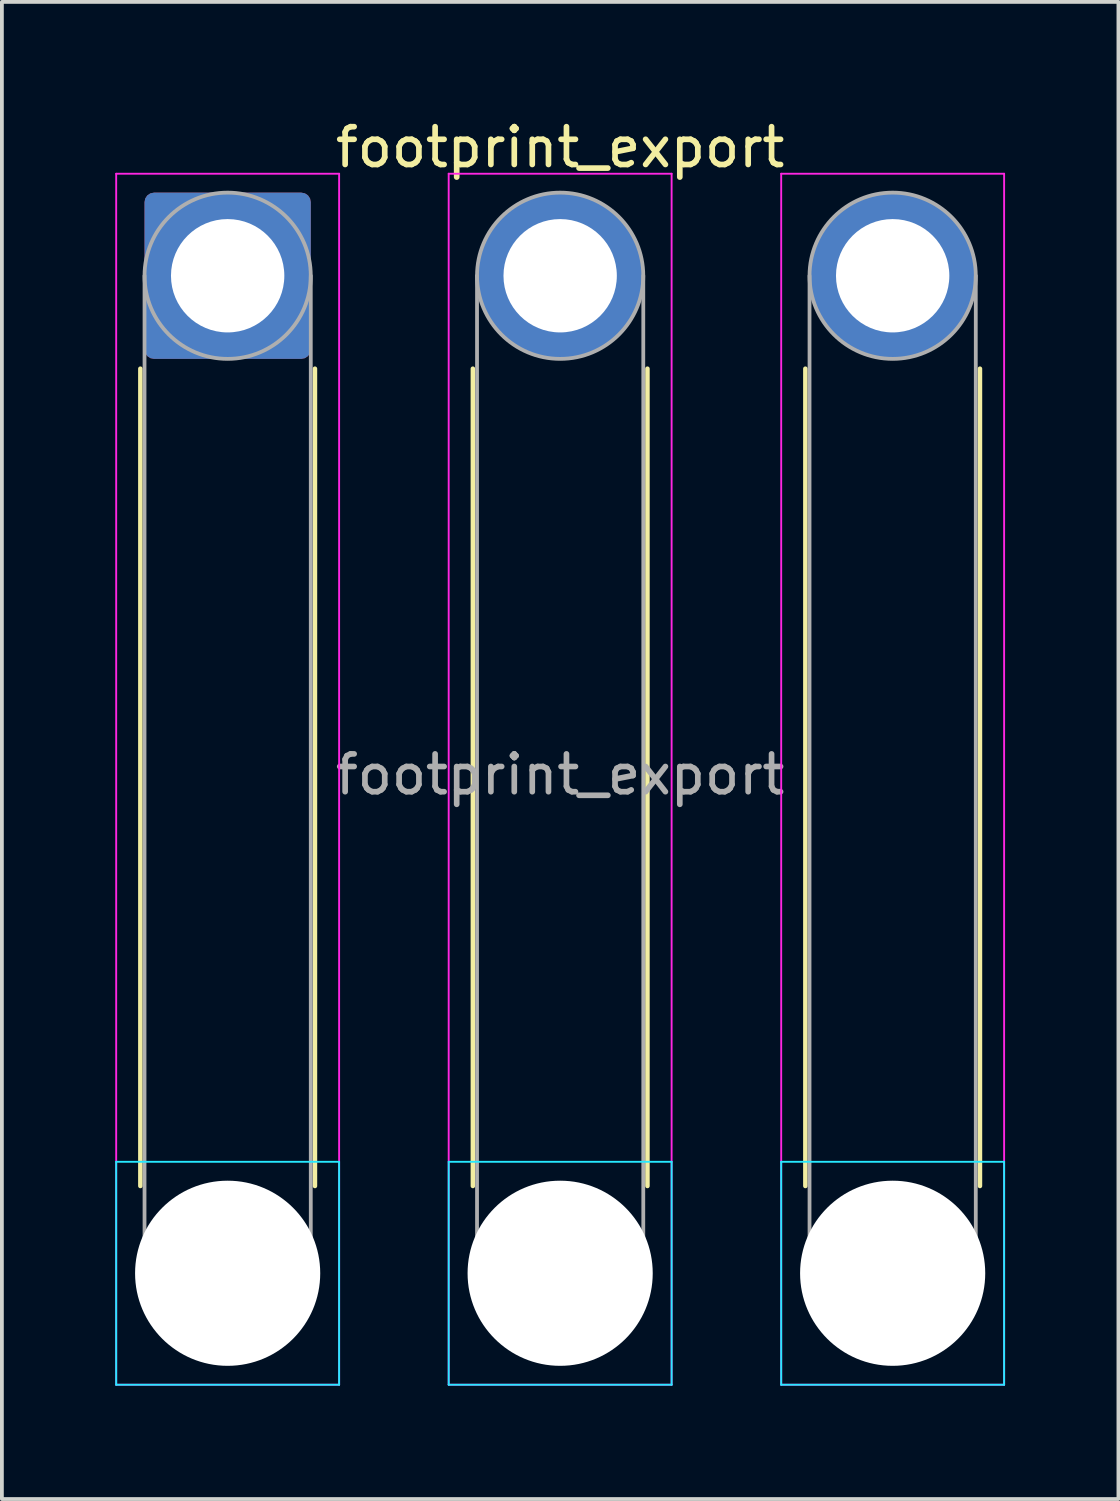
<source format=kicad_pcb>
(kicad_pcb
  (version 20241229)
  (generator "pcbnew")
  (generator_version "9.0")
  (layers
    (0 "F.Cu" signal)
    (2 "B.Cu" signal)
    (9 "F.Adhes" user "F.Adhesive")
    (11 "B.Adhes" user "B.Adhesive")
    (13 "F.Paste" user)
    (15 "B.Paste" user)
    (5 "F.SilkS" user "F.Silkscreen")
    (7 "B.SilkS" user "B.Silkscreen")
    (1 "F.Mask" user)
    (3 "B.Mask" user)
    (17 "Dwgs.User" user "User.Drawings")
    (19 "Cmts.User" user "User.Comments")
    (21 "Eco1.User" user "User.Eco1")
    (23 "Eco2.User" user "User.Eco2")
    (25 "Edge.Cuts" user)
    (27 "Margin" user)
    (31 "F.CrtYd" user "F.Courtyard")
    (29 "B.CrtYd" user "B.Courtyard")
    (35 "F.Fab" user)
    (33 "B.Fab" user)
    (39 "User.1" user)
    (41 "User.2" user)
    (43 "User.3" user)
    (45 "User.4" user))
  (footprint "footprint_export"
    (layer "F.Cu")
    (at 2.975 4.248)
    (property "Reference" "footprint_export" (at 8.8 -3.4 0) (layer "F.SilkS") (effects (font (size 1 1) (thickness 0.15))))
    (attr exclude_from_pos_files exclude_from_bom)
    (fp_line (start -2.31 2.46) (end -2.31 24.09) (stroke (width 0.12) (type solid)) (layer "F.SilkS"))
    (fp_line (start 2.31 2.46) (end 2.31 24.09) (stroke (width 0.12) (type solid)) (layer "F.SilkS"))
    (fp_line (start 6.49 2.46) (end 6.49 24.09) (stroke (width 0.12) (type solid)) (layer "F.SilkS"))
    (fp_line (start 11.11 2.46) (end 11.11 24.09) (stroke (width 0.12) (type solid)) (layer "F.SilkS"))
    (fp_line (start 15.29 2.46) (end 15.29 24.09) (stroke (width 0.12) (type solid)) (layer "F.SilkS"))
    (fp_line (start 19.91 2.46) (end 19.91 24.09) (stroke (width 0.12) (type solid)) (layer "F.SilkS"))
    (fp_line (start -2.95 23.45) (end -2.95 29.35) (stroke (width 0.05) (type solid)) (layer "B.CrtYd"))
    (fp_line (start -2.95 29.35) (end 2.95 29.35) (stroke (width 0.05) (type solid)) (layer "B.CrtYd"))
    (fp_line (start 2.95 23.45) (end -2.95 23.45) (stroke (width 0.05) (type solid)) (layer "B.CrtYd"))
    (fp_line (start 2.95 29.35) (end 2.95 23.45) (stroke (width 0.05) (type solid)) (layer "B.CrtYd"))
    (fp_line (start 5.85 23.45) (end 5.85 29.35) (stroke (width 0.05) (type solid)) (layer "B.CrtYd"))
    (fp_line (start 5.85 29.35) (end 11.75 29.35) (stroke (width 0.05) (type solid)) (layer "B.CrtYd"))
    (fp_line (start 11.75 23.45) (end 5.85 23.45) (stroke (width 0.05) (type solid)) (layer "B.CrtYd"))
    (fp_line (start 11.75 29.35) (end 11.75 23.45) (stroke (width 0.05) (type solid)) (layer "B.CrtYd"))
    (fp_line (start 14.65 23.45) (end 14.65 29.35) (stroke (width 0.05) (type solid)) (layer "B.CrtYd"))
    (fp_line (start 14.65 29.35) (end 20.55 29.35) (stroke (width 0.05) (type solid)) (layer "B.CrtYd"))
    (fp_line (start 20.55 23.45) (end 14.65 23.45) (stroke (width 0.05) (type solid)) (layer "B.CrtYd"))
    (fp_line (start 20.55 29.35) (end 20.55 23.45) (stroke (width 0.05) (type solid)) (layer "B.CrtYd"))
    (fp_line (start -2.95 -2.7) (end -2.95 29.35) (stroke (width 0.05) (type solid)) (layer "F.CrtYd"))
    (fp_line (start -2.95 29.35) (end 2.95 29.35) (stroke (width 0.05) (type solid)) (layer "F.CrtYd"))
    (fp_line (start 2.95 -2.7) (end -2.95 -2.7) (stroke (width 0.05) (type solid)) (layer "F.CrtYd"))
    (fp_line (start 2.95 29.35) (end 2.95 -2.7) (stroke (width 0.05) (type solid)) (layer "F.CrtYd"))
    (fp_line (start 5.85 -2.7) (end 5.85 29.35) (stroke (width 0.05) (type solid)) (layer "F.CrtYd"))
    (fp_line (start 5.85 29.35) (end 11.75 29.35) (stroke (width 0.05) (type solid)) (layer "F.CrtYd"))
    (fp_line (start 11.75 -2.7) (end 5.85 -2.7) (stroke (width 0.05) (type solid)) (layer "F.CrtYd"))
    (fp_line (start 11.75 29.35) (end 11.75 -2.7) (stroke (width 0.05) (type solid)) (layer "F.CrtYd"))
    (fp_line (start 14.65 -2.7) (end 14.65 29.35) (stroke (width 0.05) (type solid)) (layer "F.CrtYd"))
    (fp_line (start 14.65 29.35) (end 20.55 29.35) (stroke (width 0.05) (type solid)) (layer "F.CrtYd"))
    (fp_line (start 20.55 -2.7) (end 14.65 -2.7) (stroke (width 0.05) (type solid)) (layer "F.CrtYd"))
    (fp_line (start 20.55 29.35) (end 20.55 -2.7) (stroke (width 0.05) (type solid)) (layer "F.CrtYd"))
    (fp_line (start -2.2 0) (end -2.2 26.4) (stroke (width 0.1) (type solid)) (layer "F.Fab"))
    (fp_line (start 2.2 0) (end 2.2 26.4) (stroke (width 0.1) (type solid)) (layer "F.Fab"))
    (fp_line (start 6.6 0) (end 6.6 26.4) (stroke (width 0.1) (type solid)) (layer "F.Fab"))
    (fp_line (start 11 0) (end 11 26.4) (stroke (width 0.1) (type solid)) (layer "F.Fab"))
    (fp_line (start 15.4 0) (end 15.4 26.4) (stroke (width 0.1) (type solid)) (layer "F.Fab"))
    (fp_line (start 19.8 0) (end 19.8 26.4) (stroke (width 0.1) (type solid)) (layer "F.Fab"))
    (fp_circle (center 0 0) (end 2.2 0) (stroke (width 0.1) (type solid)) (fill no) (layer "F.Fab"))
    (fp_circle (center 0 26.4) (end 2.2 26.4) (stroke (width 0.1) (type solid)) (fill no) (layer "F.Fab"))
    (fp_circle (center 8.8 0) (end 11 0) (stroke (width 0.1) (type solid)) (fill no) (layer "F.Fab"))
    (fp_circle (center 8.8 26.4) (end 11 26.4) (stroke (width 0.1) (type solid)) (fill no) (layer "F.Fab"))
    (fp_circle (center 17.6 0) (end 19.8 0) (stroke (width 0.1) (type solid)) (fill no) (layer "F.Fab"))
    (fp_circle (center 17.6 26.4) (end 19.8 26.4) (stroke (width 0.1) (type solid)) (fill no) (layer "F.Fab"))
    (fp_text user "${REFERENCE}" (at 8.8 13.2 0) (layer "F.Fab") (effects (font (size 1 1) (thickness 0.15))))
    (pad "" np_thru_hole circle (at 0 26.4) (size 4.9 4.9) (drill 4.9) (layers "*.Cu" "*.Mask"))
    (pad "" np_thru_hole circle (at 8.8 26.4) (size 4.9 4.9) (drill 4.9) (layers "*.Cu" "*.Mask"))
    (pad "" np_thru_hole circle (at 17.6 26.4) (size 4.9 4.9) (drill 4.9) (layers "*.Cu" "*.Mask"))
    (pad "1" thru_hole roundrect (at 0 0) (size 4.4 4.4) (drill 3) (layers "*.Cu" "*.Mask") (roundrect_rratio 0.057))
    (pad "2" thru_hole circle (at 8.8 0) (size 4.4 4.4) (drill 3) (layers "*.Cu" "*.Mask"))
    (pad "3" thru_hole circle (at 17.6 0) (size 4.4 4.4) (drill 3) (layers "*.Cu" "*.Mask")))
  (gr_rect
    (start -3 -3)
    (end 26.55 36.623)
    (stroke (width 0.1) (type default))
    (fill no)
    (layer "Edge.Cuts")))
</source>
